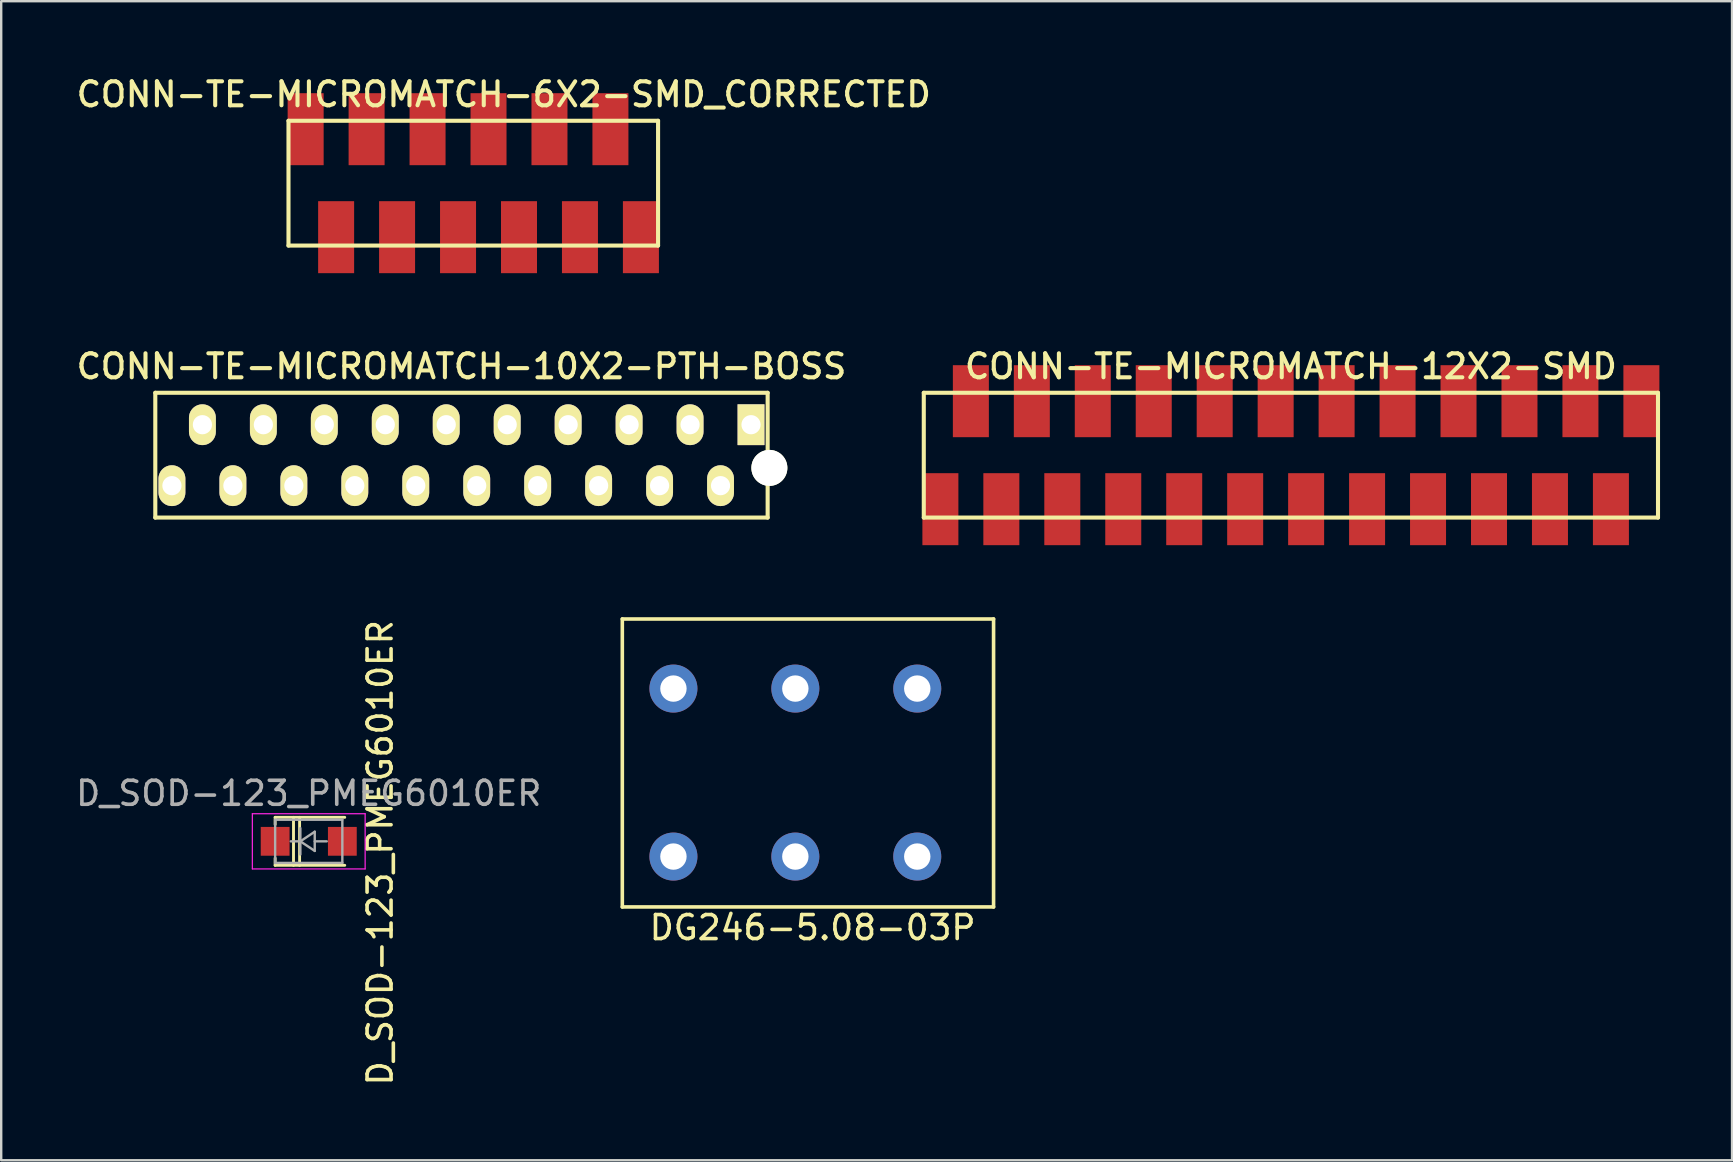
<source format=kicad_pcb>
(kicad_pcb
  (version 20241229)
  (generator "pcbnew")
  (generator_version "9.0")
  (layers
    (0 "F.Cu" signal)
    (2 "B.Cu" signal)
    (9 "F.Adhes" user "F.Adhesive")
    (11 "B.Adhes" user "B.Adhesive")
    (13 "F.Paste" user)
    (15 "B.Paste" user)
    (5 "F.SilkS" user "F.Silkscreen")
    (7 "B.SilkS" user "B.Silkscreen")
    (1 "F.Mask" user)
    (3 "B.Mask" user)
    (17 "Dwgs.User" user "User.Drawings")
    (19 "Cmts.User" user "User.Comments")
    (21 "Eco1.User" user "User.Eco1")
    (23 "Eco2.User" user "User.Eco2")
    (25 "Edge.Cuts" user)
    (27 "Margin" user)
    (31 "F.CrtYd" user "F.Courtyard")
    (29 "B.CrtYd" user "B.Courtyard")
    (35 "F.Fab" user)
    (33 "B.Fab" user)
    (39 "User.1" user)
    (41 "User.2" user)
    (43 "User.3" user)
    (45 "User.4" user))
  (footprint "D_SOD-123_PMEG6010ER"
    (layer "F.Cu")
    (at 9.815 32.007)
    (property "Reference" "D_SOD-123_PMEG6010ER" (at 2.975 0.475 90) (layer "F.SilkS") (effects (font (size 1 1) (thickness 0.15))))
    (attr smd)
    (fp_line (start -1.4 -1) (end -1.4 -0.7) (stroke (width 0.12) (type solid)) (layer "F.SilkS"))
    (fp_line (start -1.4 -1) (end 1.5 -1) (stroke (width 0.12) (type solid)) (layer "F.SilkS"))
    (fp_line (start -1.4 0.7) (end -1.4 1) (stroke (width 0.12) (type solid)) (layer "F.SilkS"))
    (fp_line (start -1.4 1) (end 1.5 1) (stroke (width 0.12) (type solid)) (layer "F.SilkS"))
    (fp_line (start -0.635 -1) (end -0.635 1) (stroke (width 0.12) (type solid)) (layer "F.SilkS"))
    (fp_line (start -0.381 -1) (end -0.381 1) (stroke (width 0.12) (type solid)) (layer "F.SilkS"))
    (fp_line (start -2.35 -1.15) (end -2.35 1.15) (stroke (width 0.05) (type solid)) (layer "F.CrtYd"))
    (fp_line (start -2.35 -1.15) (end 2.35 -1.15) (stroke (width 0.05) (type solid)) (layer "F.CrtYd"))
    (fp_line (start 2.35 -1.15) (end 2.35 1.15) (stroke (width 0.05) (type solid)) (layer "F.CrtYd"))
    (fp_line (start 2.35 1.15) (end -2.35 1.15) (stroke (width 0.05) (type solid)) (layer "F.CrtYd"))
    (fp_line (start -1.4 -0.9) (end 1.4 -0.9) (stroke (width 0.1) (type solid)) (layer "F.Fab"))
    (fp_line (start -1.4 0.9) (end -1.4 -0.9) (stroke (width 0.1) (type solid)) (layer "F.Fab"))
    (fp_line (start -0.75 0) (end -0.35 0) (stroke (width 0.1) (type solid)) (layer "F.Fab"))
    (fp_line (start -0.35 0) (end -0.35 -0.55) (stroke (width 0.1) (type solid)) (layer "F.Fab"))
    (fp_line (start -0.35 0) (end -0.35 0.55) (stroke (width 0.1) (type solid)) (layer "F.Fab"))
    (fp_line (start -0.35 0) (end 0.25 -0.4) (stroke (width 0.1) (type solid)) (layer "F.Fab"))
    (fp_line (start 0.25 -0.4) (end 0.25 0.4) (stroke (width 0.1) (type solid)) (layer "F.Fab"))
    (fp_line (start 0.25 0) (end 0.75 0) (stroke (width 0.1) (type solid)) (layer "F.Fab"))
    (fp_line (start 0.25 0.4) (end -0.35 0) (stroke (width 0.1) (type solid)) (layer "F.Fab"))
    (fp_line (start 1.4 -0.9) (end 1.4 0.9) (stroke (width 0.1) (type solid)) (layer "F.Fab"))
    (fp_line (start 1.4 0.9) (end -1.4 0.9) (stroke (width 0.1) (type solid)) (layer "F.Fab"))
    (fp_text user "${REFERENCE}" (at 0 -2 0) (layer "F.Fab") (effects (font (size 1 1) (thickness 0.15))))
    (pad "1" smd rect (at -1.4 0) (size 1.2 1.2) (layers "F.Cu" "F.Mask" "F.Paste"))
    (pad "2" smd rect (at 1.4 0) (size 1.2 1.2) (layers "F.Cu" "F.Mask" "F.Paste")))
  (footprint "CONN-TE-MICROMATCH-6X2-SMD_CORRECTED"
    (layer "F.Cu")
    (at 17.941 4.583)
    (property "Reference" "CONN-TE-MICROMATCH-6X2-SMD_CORRECTED" (at 0 -3.7 0) (layer "F.SilkS") (effects (font (size 1 1) (thickness 0.17))))
    (attr through_hole)
    (fp_line (start -8.97 -2.6) (end 6.43 -2.6) (stroke (width 0.17) (type solid)) (layer "F.SilkS"))
    (fp_line (start -8.97 2.6) (end -8.97 -2.6) (stroke (width 0.17) (type solid)) (layer "F.SilkS"))
    (fp_line (start -8.97 2.6) (end 6.43 2.6) (stroke (width 0.17) (type solid)) (layer "F.SilkS"))
    (fp_line (start 6.43 2.6) (end 6.43 -2.6) (stroke (width 0.17) (type solid)) (layer "F.SilkS"))
    (pad "1" smd rect (at 5.715 2.25) (size 1.5 3) (layers "F.Cu" "F.Mask" "F.Paste"))
    (pad "2" smd rect (at 4.445 -2.25) (size 1.5 3) (layers "F.Cu" "F.Mask" "F.Paste"))
    (pad "3" smd rect (at 3.175 2.25) (size 1.5 3) (layers "F.Cu" "F.Mask" "F.Paste"))
    (pad "4" smd rect (at 1.905 -2.25) (size 1.5 3) (layers "F.Cu" "F.Mask" "F.Paste"))
    (pad "5" smd rect (at 0.635 2.25) (size 1.5 3) (layers "F.Cu" "F.Mask" "F.Paste"))
    (pad "6" smd rect (at -0.635 -2.25) (size 1.5 3) (layers "F.Cu" "F.Mask" "F.Paste"))
    (pad "7" smd rect (at -1.905 2.25) (size 1.5 3) (layers "F.Cu" "F.Mask" "F.Paste"))
    (pad "8" smd rect (at -3.175 -2.25) (size 1.5 3) (layers "F.Cu" "F.Mask" "F.Paste"))
    (pad "9" smd rect (at -4.445 2.25) (size 1.5 3) (layers "F.Cu" "F.Mask" "F.Paste"))
    (pad "10" smd rect (at -5.715 -2.25) (size 1.5 3) (layers "F.Cu" "F.Mask" "F.Paste"))
    (pad "11" smd rect (at -6.985 2.25) (size 1.5 3) (layers "F.Cu" "F.Mask" "F.Paste"))
    (pad "12" smd rect (at -8.255 -2.25) (size 1.5 3) (layers "F.Cu" "F.Mask" "F.Paste")))
  (footprint "CONN-TE-MICROMATCH-12X2-SMD"
    (layer "F.Cu")
    (at 50.74 15.917)
    (property "Reference" "CONN-TE-MICROMATCH-12X2-SMD" (at 0 -3.7 0) (layer "F.SilkS") (effects (font (size 1 1) (thickness 0.17))))
    (attr through_hole)
    (fp_line (start -15.297 -2.6) (end 15.297 -2.6) (stroke (width 0.17) (type solid)) (layer "F.SilkS"))
    (fp_line (start -15.297 2.6) (end -15.297 -2.6) (stroke (width 0.17) (type solid)) (layer "F.SilkS"))
    (fp_line (start -15.297 2.6) (end 15.297 2.6) (stroke (width 0.17) (type solid)) (layer "F.SilkS"))
    (fp_line (start 15.297 2.6) (end 15.297 -2.6) (stroke (width 0.17) (type solid)) (layer "F.SilkS"))
    (pad "1" smd rect (at 14.605 -2.25) (size 1.5 3) (layers "F.Cu" "F.Mask" "F.Paste"))
    (pad "2" smd rect (at 13.335 2.25) (size 1.5 3) (layers "F.Cu" "F.Mask" "F.Paste"))
    (pad "3" smd rect (at 12.065 -2.25) (size 1.5 3) (layers "F.Cu" "F.Mask" "F.Paste"))
    (pad "4" smd rect (at 10.795 2.25) (size 1.5 3) (layers "F.Cu" "F.Mask" "F.Paste"))
    (pad "5" smd rect (at 9.525 -2.25) (size 1.5 3) (layers "F.Cu" "F.Mask" "F.Paste"))
    (pad "6" smd rect (at 8.255 2.25) (size 1.5 3) (layers "F.Cu" "F.Mask" "F.Paste"))
    (pad "7" smd rect (at 6.985 -2.25) (size 1.5 3) (layers "F.Cu" "F.Mask" "F.Paste"))
    (pad "8" smd rect (at 5.715 2.25) (size 1.5 3) (layers "F.Cu" "F.Mask" "F.Paste"))
    (pad "9" smd rect (at 4.445 -2.25) (size 1.5 3) (layers "F.Cu" "F.Mask" "F.Paste"))
    (pad "10" smd rect (at 3.175 2.25) (size 1.5 3) (layers "F.Cu" "F.Mask" "F.Paste"))
    (pad "11" smd rect (at 1.905 -2.25) (size 1.5 3) (layers "F.Cu" "F.Mask" "F.Paste"))
    (pad "12" smd rect (at 0.635 2.25) (size 1.5 3) (layers "F.Cu" "F.Mask" "F.Paste"))
    (pad "13" smd rect (at -0.635 -2.25) (size 1.5 3) (layers "F.Cu" "F.Mask" "F.Paste"))
    (pad "14" smd rect (at -1.905 2.25) (size 1.5 3) (layers "F.Cu" "F.Mask" "F.Paste"))
    (pad "15" smd rect (at -3.175 -2.25) (size 1.5 3) (layers "F.Cu" "F.Mask" "F.Paste"))
    (pad "16" smd rect (at -4.445 2.25) (size 1.5 3) (layers "F.Cu" "F.Mask" "F.Paste"))
    (pad "17" smd rect (at -5.715 -2.25) (size 1.5 3) (layers "F.Cu" "F.Mask" "F.Paste"))
    (pad "18" smd rect (at -6.985 2.25) (size 1.5 3) (layers "F.Cu" "F.Mask" "F.Paste"))
    (pad "19" smd rect (at -8.255 -2.25) (size 1.5 3) (layers "F.Cu" "F.Mask" "F.Paste"))
    (pad "20" smd rect (at -9.525 2.25) (size 1.5 3) (layers "F.Cu" "F.Mask" "F.Paste"))
    (pad "21" smd rect (at -10.795 -2.25) (size 1.5 3) (layers "F.Cu" "F.Mask" "F.Paste"))
    (pad "22" smd rect (at -12.065 2.25) (size 1.5 3) (layers "F.Cu" "F.Mask" "F.Paste"))
    (pad "23" smd rect (at -13.335 -2.25) (size 1.5 3) (layers "F.Cu" "F.Mask" "F.Paste"))
    (pad "24" smd rect (at -14.605 2.25) (size 1.5 3) (layers "F.Cu" "F.Mask" "F.Paste")))
  (footprint "DG246-5.08-03P"
    (layer "F.Cu")
    (at 22.881 34.742)
    (property "Reference" "DG246-5.08-03P" (at 7.93 0.86 0) (layer "F.SilkS") (effects (font (size 1 1) (thickness 0.15))))
    (attr through_hole)
    (fp_line (start 0 -12) (end 15.47 -12) (stroke (width 0.15) (type solid)) (layer "F.SilkS"))
    (fp_line (start 0 0) (end 0 -12) (stroke (width 0.15) (type solid)) (layer "F.SilkS"))
    (fp_line (start 15.47 -12) (end 15.47 0) (stroke (width 0.15) (type solid)) (layer "F.SilkS"))
    (fp_line (start 15.47 0) (end 0 0) (stroke (width 0.15) (type solid)) (layer "F.SilkS"))
    (pad "1" thru_hole circle (at 2.13 -9.1) (size 2 2) (drill 1.1) (layers "*.Cu" "*.Mask"))
    (pad "1" thru_hole circle (at 2.13 -2.1) (size 2 2) (drill 1.1) (layers "*.Cu" "*.Mask"))
    (pad "2" thru_hole circle (at 7.21 -9.1) (size 2 2) (drill 1.1) (layers "*.Cu" "*.Mask"))
    (pad "2" thru_hole circle (at 7.21 -2.1) (size 2 2) (drill 1.1) (layers "*.Cu" "*.Mask"))
    (pad "3" thru_hole circle (at 12.29 -9.1) (size 2 2) (drill 1.1) (layers "*.Cu" "*.Mask"))
    (pad "3" thru_hole circle (at 12.29 -2.1) (size 2 2) (drill 1.1) (layers "*.Cu" "*.Mask")))
  (footprint "CONN-TE-MICROMATCH-10X2-PTH-BOSS"
    (layer "F.Cu")
    (at 16.179 15.917)
    (property "Reference" "CONN-TE-MICROMATCH-10X2-PTH-BOSS" (at 0 -3.7 0) (layer "F.SilkS") (effects (font (size 1 1) (thickness 0.17))))
    (attr through_hole)
    (fp_line (start -12.758 -2.6) (end 12.758 -2.6) (stroke (width 0.17) (type solid)) (layer "F.SilkS"))
    (fp_line (start -12.758 2.6) (end -12.758 -2.6) (stroke (width 0.17) (type solid)) (layer "F.SilkS"))
    (fp_line (start -12.758 2.6) (end 12.758 2.6) (stroke (width 0.17) (type solid)) (layer "F.SilkS"))
    (fp_line (start 12.758 2.6) (end 12.758 -2.6) (stroke (width 0.17) (type solid)) (layer "F.SilkS"))
    (pad "" np_thru_hole circle (at 12.83 0.53) (size 1.5 1.5) (drill 1.5) (layers "*.Cu" "*.Mask" "F.SilkS"))
    (pad "1" thru_hole rect (at 12.065 -1.27) (size 1.12 1.7) (drill 0.8) (layers "*.Cu" "*.Mask" "F.SilkS"))
    (pad "2" thru_hole oval (at 10.795 1.27) (size 1.12 1.7) (drill 0.8) (layers "*.Cu" "*.Mask" "F.SilkS"))
    (pad "3" thru_hole oval (at 9.525 -1.27) (size 1.12 1.7) (drill 0.8) (layers "*.Cu" "*.Mask" "F.SilkS"))
    (pad "4" thru_hole oval (at 8.255 1.27) (size 1.12 1.7) (drill 0.8) (layers "*.Cu" "*.Mask" "F.SilkS"))
    (pad "5" thru_hole oval (at 6.985 -1.27) (size 1.12 1.7) (drill 0.8) (layers "*.Cu" "*.Mask" "F.SilkS"))
    (pad "6" thru_hole oval (at 5.715 1.27) (size 1.12 1.7) (drill 0.8) (layers "*.Cu" "*.Mask" "F.SilkS"))
    (pad "7" thru_hole oval (at 4.445 -1.27) (size 1.12 1.7) (drill 0.8) (layers "*.Cu" "*.Mask" "F.SilkS"))
    (pad "8" thru_hole oval (at 3.175 1.27) (size 1.12 1.7) (drill 0.8) (layers "*.Cu" "*.Mask" "F.SilkS"))
    (pad "9" thru_hole oval (at 1.905 -1.27) (size 1.12 1.7) (drill 0.8) (layers "*.Cu" "*.Mask" "F.SilkS"))
    (pad "10" thru_hole oval (at 0.635 1.27) (size 1.12 1.7) (drill 0.8) (layers "*.Cu" "*.Mask" "F.SilkS"))
    (pad "11" thru_hole oval (at -0.635 -1.27) (size 1.12 1.7) (drill 0.8) (layers "*.Cu" "*.Mask" "F.SilkS"))
    (pad "12" thru_hole oval (at -1.905 1.27) (size 1.12 1.7) (drill 0.8) (layers "*.Cu" "*.Mask" "F.SilkS"))
    (pad "13" thru_hole oval (at -3.175 -1.27) (size 1.12 1.7) (drill 0.8) (layers "*.Cu" "*.Mask" "F.SilkS"))
    (pad "14" thru_hole oval (at -4.445 1.27) (size 1.12 1.7) (drill 0.8) (layers "*.Cu" "*.Mask" "F.SilkS"))
    (pad "15" thru_hole oval (at -5.715 -1.27) (size 1.12 1.7) (drill 0.8) (layers "*.Cu" "*.Mask" "F.SilkS"))
    (pad "16" thru_hole oval (at -6.985 1.27) (size 1.12 1.7) (drill 0.8) (layers "*.Cu" "*.Mask" "F.SilkS"))
    (pad "17" thru_hole oval (at -8.255 -1.27) (size 1.12 1.7) (drill 0.8) (layers "*.Cu" "*.Mask" "F.SilkS"))
    (pad "18" thru_hole oval (at -9.525 1.27) (size 1.12 1.7) (drill 0.8) (layers "*.Cu" "*.Mask" "F.SilkS"))
    (pad "19" thru_hole oval (at -10.795 -1.27) (size 1.12 1.7) (drill 0.8) (layers "*.Cu" "*.Mask" "F.SilkS"))
    (pad "20" thru_hole oval (at -12.065 1.27) (size 1.12 1.7) (drill 0.8) (layers "*.Cu" "*.Mask" "F.SilkS")))
  (gr_rect
    (start -3 -3)
    (end 69.123 45.298)
    (stroke (width 0.1) (type default))
    (fill no)
    (layer "Edge.Cuts")))
</source>
